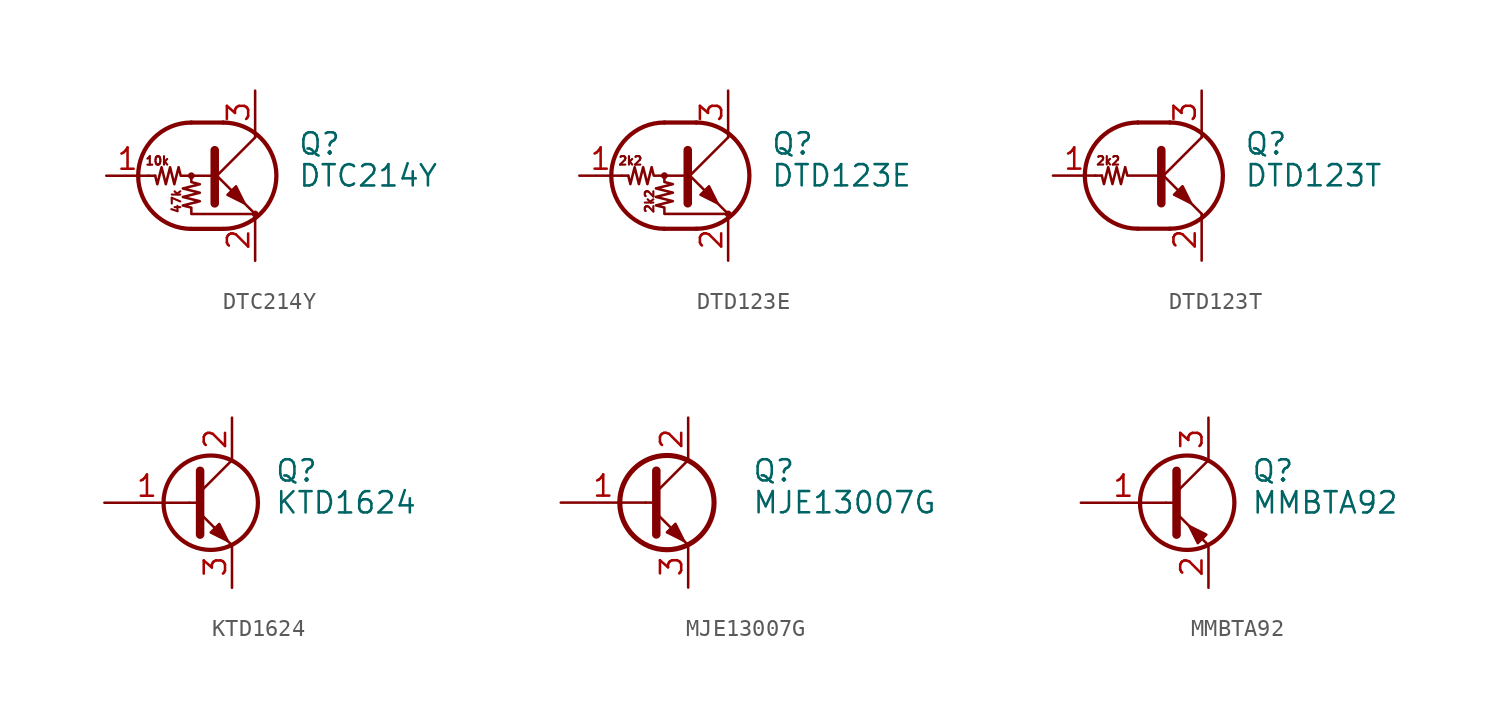
<source format=kicad_sym>
(kicad_symbol_lib
  (version 20211014)
  (generator kicad_symbol_editor)
  (symbol "DTC214Y"
    (pin_names
      (offset 0) hide)
    (property "Reference" "Q"
      (at 5.08 1.905 0)
      (effects (font (size 1.27 1.27)) (justify left)))
    (property "Value" "DTC214Y"
      (at 5.08 0 0)
      (effects (font (size 1.27 1.27)) (justify left)))
    (symbol "DTC214Y_0_0"
      (text "10k" (at -3.302 0.889 0) (effects (font (size 0.508 0.508))))
      (text "47k" (at -2.159 -1.524 900) (effects (font (size 0.508 0.508)))))
    (symbol "DTC214Y_0_1"
      (circle (center -1.27 0) (radius 0.127) (stroke (width 0) (type default) (color 0 0 0 0)) (fill (type none)))
      (arc (start -1.27 3.175) (mid -4.445 0) (end -1.27 -3.175) (stroke (width 0.254) (type default) (color 0 0 0 0)) (fill (type none)))
      (polyline (pts (xy -3.429 0) (xy -3.81 0)) (stroke (width 0) (type default) (color 0 0 0 0)) (fill (type none)))
      (polyline (pts (xy -1.27 -3.175) (xy 0.635 -3.175)) (stroke (width 0.254) (type default) (color 0 0 0 0)) (fill (type none)))
      (polyline (pts (xy -1.27 3.175) (xy 0.635 3.175)) (stroke (width 0.254) (type default) (color 0 0 0 0)) (fill (type none)))
      (polyline (pts (xy 0 -0.254) (xy 2.54 2.286)) (stroke (width 0) (type default) (color 0 0 0 0)) (fill (type none)))
      (polyline (pts (xy 0.127 1.524) (xy 0.127 -1.651)) (stroke (width 0.508) (type default) (color 0 0 0 0)) (fill (type outline)))
      (polyline (pts (xy 2.54 2.286) (xy 2.54 2.54)) (stroke (width 0) (type default) (color 0 0 0 0)) (fill (type none)))
      (polyline (pts (xy 2.54 -2.286) (xy 0 0.254) (xy 0 0.254)) (stroke (width 0) (type default) (color 0 0 0 0)) (fill (type none)))
      (polyline (pts (xy 0.889 -1.143) (xy 1.397 -0.635) (xy 1.905 -1.651) (xy 0.889 -1.143)) (stroke (width 0) (type default) (color 0 0 0 0)) (fill (type outline)))
      (polyline (pts (xy 0 0) (xy -1.905 0) (xy -2.032 0.508) (xy -2.286 -0.508) (xy -2.54 0.508) (xy -2.794 -0.508) (xy -3.048 0.508) (xy -3.302 -0.508) (xy -3.429 0)) (stroke (width 0) (type default) (color 0 0 0 0)) (fill (type none)))
      (polyline (pts (xy -1.27 0) (xy -1.27 -0.381) (xy -0.762 -0.508) (xy -1.778 -0.762) (xy -0.762 -1.016) (xy -1.778 -1.27) (xy -0.762 -1.524) (xy -1.778 -1.778) (xy -1.27 -1.905) (xy -1.27 -2.286) (xy 2.54 -2.286)) (stroke (width 0) (type default) (color 0 0 0 0)) (fill (type none)))
      (arc (start 0.635 -3.175) (mid 3.81 0) (end 0.635 3.175) (stroke (width 0.254) (type default) (color 0 0 0 0)) (fill (type none)))
      (circle (center 2.54 -2.286) (radius 0.127) (stroke (width 0) (type default) (color 0 0 0 0)) (fill (type none))))
    (symbol "DTC214Y_1_1"
      (pin input line (at -6.35 0 0) (length 2.54) (name "B" (effects (font (size 1.27 1.27)))) (number "1" (effects (font (size 1.27 1.27)))))
      (pin passive line (at 2.54 -5.08 90) (length 2.54) (name "E" (effects (font (size 1.27 1.27)))) (number "2" (effects (font (size 1.27 1.27)))))
      (pin passive line (at 2.54 5.08 270) (length 2.54) (name "C" (effects (font (size 1.27 1.27)))) (number "3" (effects (font (size 1.27 1.27)))))))
  (symbol "DTD123E"
    (pin_names
      (offset 0) hide)
    (property "Reference" "Q"
      (at 5.08 1.905 0)
      (effects (font (size 1.27 1.27)) (justify left)))
    (property "Value" "DTD123E"
      (at 5.08 0 0)
      (effects (font (size 1.27 1.27)) (justify left)))
    (symbol "DTD123E_0_0"
      (text "2k2" (at -3.302 0.889 0) (effects (font (size 0.508 0.508))))
      (text "2k2" (at -2.159 -1.524 900) (effects (font (size 0.508 0.508)))))
    (symbol "DTD123E_0_1"
      (circle (center -1.27 0) (radius 0.127) (stroke (width 0) (type default) (color 0 0 0 0)) (fill (type none)))
      (arc (start -1.27 3.175) (mid -4.445 0) (end -1.27 -3.175) (stroke (width 0.254) (type default) (color 0 0 0 0)) (fill (type none)))
      (polyline (pts (xy -3.429 0) (xy -3.81 0)) (stroke (width 0) (type default) (color 0 0 0 0)) (fill (type none)))
      (polyline (pts (xy -1.27 -3.175) (xy 0.635 -3.175)) (stroke (width 0.254) (type default) (color 0 0 0 0)) (fill (type none)))
      (polyline (pts (xy -1.27 3.175) (xy 0.635 3.175)) (stroke (width 0.254) (type default) (color 0 0 0 0)) (fill (type none)))
      (polyline (pts (xy 0 -0.254) (xy 2.54 2.286)) (stroke (width 0) (type default) (color 0 0 0 0)) (fill (type none)))
      (polyline (pts (xy 0.127 1.524) (xy 0.127 -1.651)) (stroke (width 0.508) (type default) (color 0 0 0 0)) (fill (type outline)))
      (polyline (pts (xy 2.54 2.286) (xy 2.54 2.54)) (stroke (width 0) (type default) (color 0 0 0 0)) (fill (type none)))
      (polyline (pts (xy 2.54 -2.286) (xy 0 0.254) (xy 0 0.254)) (stroke (width 0) (type default) (color 0 0 0 0)) (fill (type none)))
      (polyline (pts (xy 0.889 -1.143) (xy 1.397 -0.635) (xy 1.905 -1.651) (xy 0.889 -1.143)) (stroke (width 0) (type default) (color 0 0 0 0)) (fill (type outline)))
      (polyline (pts (xy 0 0) (xy -1.905 0) (xy -2.032 0.508) (xy -2.286 -0.508) (xy -2.54 0.508) (xy -2.794 -0.508) (xy -3.048 0.508) (xy -3.302 -0.508) (xy -3.429 0)) (stroke (width 0) (type default) (color 0 0 0 0)) (fill (type none)))
      (polyline (pts (xy -1.27 0) (xy -1.27 -0.381) (xy -0.762 -0.508) (xy -1.778 -0.762) (xy -0.762 -1.016) (xy -1.778 -1.27) (xy -0.762 -1.524) (xy -1.778 -1.778) (xy -1.27 -1.905) (xy -1.27 -2.286) (xy 2.54 -2.286)) (stroke (width 0) (type default) (color 0 0 0 0)) (fill (type none)))
      (arc (start 0.635 -3.175) (mid 3.81 0) (end 0.635 3.175) (stroke (width 0.254) (type default) (color 0 0 0 0)) (fill (type none)))
      (circle (center 2.54 -2.286) (radius 0.127) (stroke (width 0) (type default) (color 0 0 0 0)) (fill (type none))))
    (symbol "DTD123E_1_1"
      (pin input line (at -6.35 0 0) (length 2.54) (name "B" (effects (font (size 1.27 1.27)))) (number "1" (effects (font (size 1.27 1.27)))))
      (pin passive line (at 2.54 -5.08 90) (length 2.54) (name "E" (effects (font (size 1.27 1.27)))) (number "2" (effects (font (size 1.27 1.27)))))
      (pin passive line (at 2.54 5.08 270) (length 2.54) (name "C" (effects (font (size 1.27 1.27)))) (number "3" (effects (font (size 1.27 1.27)))))))
  (symbol "DTD123T"
    (pin_names
      (offset 0) hide)
    (property "Reference" "Q"
      (at 5.08 1.905 0)
      (effects (font (size 1.27 1.27)) (justify left)))
    (property "Value" "DTD123T"
      (at 5.08 0 0)
      (effects (font (size 1.27 1.27)) (justify left)))
    (symbol "DTD123T_0_0"
      (polyline (pts (xy 2.54 -2.286) (xy 2.54 -2.54)) (stroke (width 0) (type default) (color 0 0 0 0)) (fill (type none)))
      (text "2k2" (at -3.048 0.889 0) (effects (font (size 0.508 0.508)))))
    (symbol "DTD123T_0_1"
      (arc (start -1.27 3.175) (mid -4.445 0) (end -1.27 -3.175) (stroke (width 0.254) (type default) (color 0 0 0 0)) (fill (type none)))
      (polyline (pts (xy -3.429 0) (xy -3.81 0)) (stroke (width 0) (type default) (color 0 0 0 0)) (fill (type none)))
      (polyline (pts (xy -1.27 -3.175) (xy 0.635 -3.175)) (stroke (width 0.254) (type default) (color 0 0 0 0)) (fill (type none)))
      (polyline (pts (xy -1.27 3.175) (xy 0.635 3.175)) (stroke (width 0.254) (type default) (color 0 0 0 0)) (fill (type none)))
      (polyline (pts (xy 0 -0.254) (xy 2.54 2.286)) (stroke (width 0) (type default) (color 0 0 0 0)) (fill (type none)))
      (polyline (pts (xy 0.127 1.524) (xy 0.127 -1.651)) (stroke (width 0.508) (type default) (color 0 0 0 0)) (fill (type outline)))
      (polyline (pts (xy 2.54 2.286) (xy 2.54 2.54)) (stroke (width 0) (type default) (color 0 0 0 0)) (fill (type none)))
      (polyline (pts (xy 2.54 -2.286) (xy 0 0.254) (xy 0 0.254)) (stroke (width 0) (type default) (color 0 0 0 0)) (fill (type none)))
      (polyline (pts (xy 0.889 -1.143) (xy 1.397 -0.635) (xy 1.905 -1.651) (xy 0.889 -1.143)) (stroke (width 0) (type default) (color 0 0 0 0)) (fill (type outline)))
      (polyline (pts (xy 0 0) (xy -1.905 0) (xy -2.032 0.508) (xy -2.286 -0.508) (xy -2.54 0.508) (xy -2.794 -0.508) (xy -3.048 0.508) (xy -3.302 -0.508) (xy -3.429 0)) (stroke (width 0) (type default) (color 0 0 0 0)) (fill (type none)))
      (arc (start 0.635 -3.175) (mid 3.81 0) (end 0.635 3.175) (stroke (width 0.254) (type default) (color 0 0 0 0)) (fill (type none))))
    (symbol "DTD123T_1_1"
      (pin input line (at -6.35 0 0) (length 2.54) (name "B" (effects (font (size 1.27 1.27)))) (number "1" (effects (font (size 1.27 1.27)))))
      (pin passive line (at 2.54 -5.08 90) (length 2.54) (name "E" (effects (font (size 1.27 1.27)))) (number "2" (effects (font (size 1.27 1.27)))))
      (pin passive line (at 2.54 5.08 270) (length 2.54) (name "C" (effects (font (size 1.27 1.27)))) (number "3" (effects (font (size 1.27 1.27)))))))
  (symbol "KTD1624"
    (pin_names
      (offset 0) hide)
    (property "Reference" "Q"
      (at 5.08 1.905 0)
      (effects (font (size 1.27 1.27)) (justify left)))
    (property "Value" "KTD1624"
      (at 5.08 0 0)
      (effects (font (size 1.27 1.27)) (justify left)))
    (symbol "KTD1624_0_1"
      (polyline (pts (xy 0 0) (xy 0.635 0)) (stroke (width 0) (type default) (color 0 0 0 0)) (fill (type none)))
      (polyline (pts (xy 0.635 0.635) (xy 2.54 2.54)) (stroke (width 0) (type default) (color 0 0 0 0)) (fill (type none)))
      (polyline (pts (xy 0.635 -0.635) (xy 2.54 -2.54) (xy 2.54 -2.54)) (stroke (width 0) (type default) (color 0 0 0 0)) (fill (type none)))
      (polyline (pts (xy 0.635 1.905) (xy 0.635 -1.905) (xy 0.635 -1.905)) (stroke (width 0.508) (type default) (color 0 0 0 0)) (fill (type none)))
      (polyline (pts (xy 1.27 -1.778) (xy 1.778 -1.27) (xy 2.286 -2.286) (xy 1.27 -1.778) (xy 1.27 -1.778)) (stroke (width 0) (type default) (color 0 0 0 0)) (fill (type outline)))
      (circle (center 1.27 0) (radius 2.819) (stroke (width 0.254) (type default) (color 0 0 0 0)) (fill (type none))))
    (symbol "KTD1624_1_1"
      (pin input line (at -5.08 0 0) (length 5.08) (name "B" (effects (font (size 1.27 1.27)))) (number "1" (effects (font (size 1.27 1.27)))))
      (pin passive line (at 2.54 5.08 270) (length 2.54) (name "C" (effects (font (size 1.27 1.27)))) (number "2" (effects (font (size 1.27 1.27)))))
      (pin passive line (at 2.54 -5.08 90) (length 2.54) (name "E" (effects (font (size 1.27 1.27)))) (number "3" (effects (font (size 1.27 1.27)))))))
  (symbol "MJE13007G"
    (pin_names
      (offset 0) hide)
    (property "Reference" "Q"
      (at 6.35 1.905 0)
      (effects (font (size 1.27 1.27)) (justify left)))
    (property "Value" "MJE13007G"
      (at 6.35 0 0)
      (effects (font (size 1.27 1.27)) (justify left)))
    (symbol "MJE13007G_0_1"
      (polyline (pts (xy 0 0) (xy 0.635 0)) (stroke (width 0) (type default) (color 0 0 0 0)) (fill (type none)))
      (polyline (pts (xy 2.54 2.54) (xy 0.635 0.635)) (stroke (width 0) (type default) (color 0 0 0 0)) (fill (type none)))
      (polyline (pts (xy 0.635 1.905) (xy 0.635 -1.905) (xy 0.635 -1.905)) (stroke (width 0.508) (type default) (color 0 0 0 0)) (fill (type none)))
      (polyline (pts (xy 2.286 -2.286) (xy 1.778 -1.778) (xy 1.778 -1.778)) (stroke (width 0) (type default) (color 0 0 0 0)) (fill (type none)))
      (polyline (pts (xy 2.54 -2.54) (xy 0.635 -0.635) (xy 1.27 -1.27)) (stroke (width 0) (type default) (color 0 0 0 0)) (fill (type outline)))
      (polyline (pts (xy 1.27 -1.778) (xy 1.778 -1.27) (xy 2.286 -2.286) (xy 1.27 -1.778) (xy 1.27 -1.778)) (stroke (width 0) (type default) (color 0 0 0 0)) (fill (type outline)))
      (circle (center 1.27 0) (radius 2.819) (stroke (width 0.305) (type default) (color 0 0 0 0)) (fill (type none))))
    (symbol "MJE13007G_1_1"
      (pin input line (at -5.08 0 0) (length 5.08) (name "B" (effects (font (size 1.27 1.27)))) (number "1" (effects (font (size 1.27 1.27)))))
      (pin passive line (at 2.54 5.08 270) (length 2.54) (name "C" (effects (font (size 1.27 1.27)))) (number "2" (effects (font (size 1.27 1.27)))))
      (pin passive line (at 2.54 -5.08 90) (length 2.54) (name "E" (effects (font (size 1.27 1.27)))) (number "3" (effects (font (size 1.27 1.27)))))))
  (symbol "MMBTA92"
    (pin_names
      (offset 0) hide)
    (property "Reference" "Q"
      (at 5.08 1.905 0)
      (effects (font (size 1.27 1.27)) (justify left)))
    (property "Value" "MMBTA92"
      (at 5.08 0 0)
      (effects (font (size 1.27 1.27)) (justify left)))
    (symbol "MMBTA92_0_1"
      (polyline (pts (xy 0 0) (xy 0.635 0)) (stroke (width 0) (type default) (color 0 0 0 0)) (fill (type none)))
      (polyline (pts (xy 2.54 -2.54) (xy 0.635 -0.635)) (stroke (width 0) (type default) (color 0 0 0 0)) (fill (type none)))
      (polyline (pts (xy 2.54 2.54) (xy 0.635 0.635)) (stroke (width 0) (type default) (color 0 0 0 0)) (fill (type none)))
      (polyline (pts (xy 0.635 1.905) (xy 0.635 -1.905) (xy 0.635 -1.905)) (stroke (width 0.508) (type default) (color 0 0 0 0)) (fill (type outline)))
      (polyline (pts (xy 1.905 -2.413) (xy 2.413 -1.905) (xy 1.397 -1.397) (xy 1.905 -2.413) (xy 1.905 -2.413)) (stroke (width 0) (type default) (color 0 0 0 0)) (fill (type outline)))
      (circle (center 1.27 0) (radius 2.819) (stroke (width 0.254) (type default) (color 0 0 0 0)) (fill (type none))))
    (symbol "MMBTA92_1_1"
      (pin input line (at -5.08 0 0) (length 5.08) (name "B" (effects (font (size 1.27 1.27)))) (number "1" (effects (font (size 1.27 1.27)))))
      (pin passive line (at 2.54 -5.08 90) (length 2.54) (name "E" (effects (font (size 1.27 1.27)))) (number "2" (effects (font (size 1.27 1.27)))))
      (pin passive line (at 2.54 5.08 270) (length 2.54) (name "C" (effects (font (size 1.27 1.27)))) (number "3" (effects (font (size 1.27 1.27))))))))
</source>
